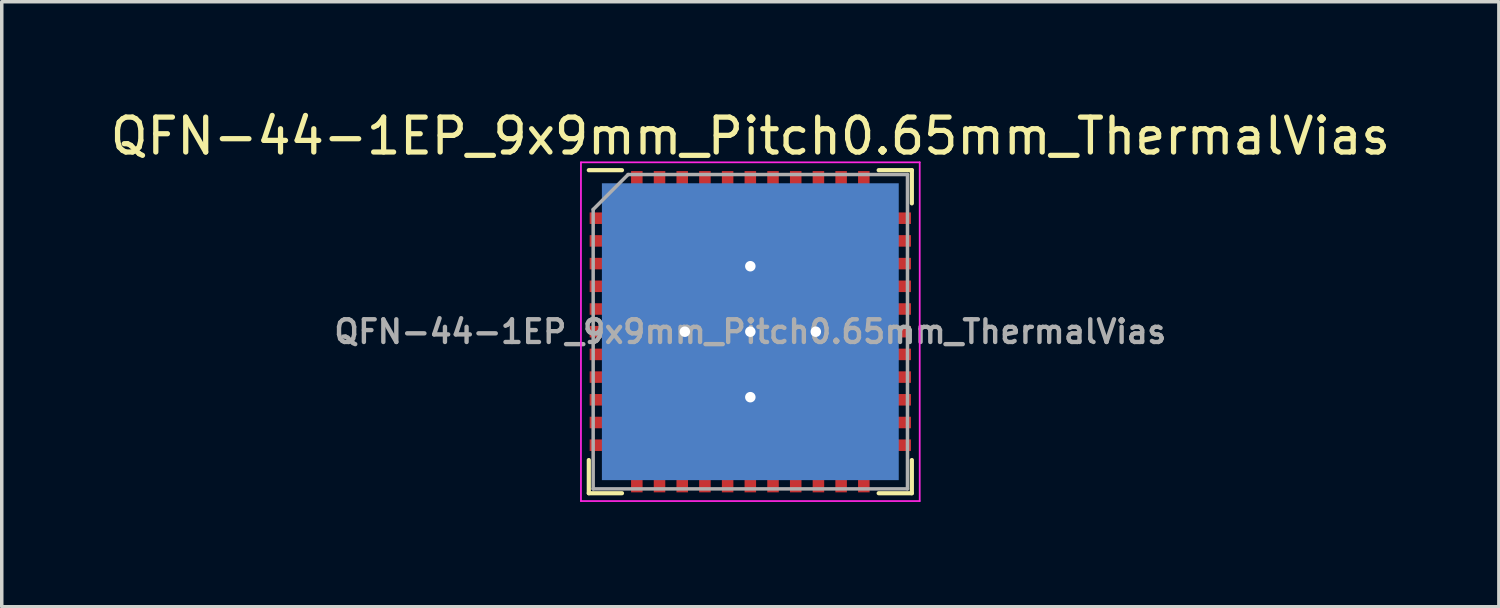
<source format=kicad_pcb>
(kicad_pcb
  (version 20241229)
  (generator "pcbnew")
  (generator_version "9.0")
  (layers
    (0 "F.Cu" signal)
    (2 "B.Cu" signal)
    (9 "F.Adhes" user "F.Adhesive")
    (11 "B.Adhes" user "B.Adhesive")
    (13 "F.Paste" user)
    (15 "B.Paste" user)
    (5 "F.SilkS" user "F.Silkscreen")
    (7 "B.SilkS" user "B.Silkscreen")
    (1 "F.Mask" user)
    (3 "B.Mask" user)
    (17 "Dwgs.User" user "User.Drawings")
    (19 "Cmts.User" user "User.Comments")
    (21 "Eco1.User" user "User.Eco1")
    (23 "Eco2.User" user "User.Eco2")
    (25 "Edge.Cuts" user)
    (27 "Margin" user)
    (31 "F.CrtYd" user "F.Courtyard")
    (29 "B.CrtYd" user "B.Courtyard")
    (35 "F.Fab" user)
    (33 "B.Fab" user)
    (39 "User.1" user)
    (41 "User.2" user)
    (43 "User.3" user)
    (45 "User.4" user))
  (footprint "QFN-44-1EP_9x9mm_Pitch0.65mm_ThermalVias"
    (layer "F.Cu")
    (at 18.435 6.448)
    (property "Reference" "QFN-44-1EP_9x9mm_Pitch0.65mm_ThermalVias" (at 0 -5.6 0) (layer "F.SilkS") (effects (font (size 1 1) (thickness 0.15))))
    (attr smd)
    (fp_line (start -4.625 -4.625) (end -3.675 -4.625) (stroke (width 0.12) (type solid)) (layer "F.SilkS"))
    (fp_line (start -4.625 4.625) (end -4.625 3.675) (stroke (width 0.12) (type solid)) (layer "F.SilkS"))
    (fp_line (start -3.675 4.625) (end -4.625 4.625) (stroke (width 0.12) (type solid)) (layer "F.SilkS"))
    (fp_line (start 3.675 -4.625) (end 4.625 -4.625) (stroke (width 0.12) (type solid)) (layer "F.SilkS"))
    (fp_line (start 3.675 4.625) (end 4.625 4.625) (stroke (width 0.12) (type solid)) (layer "F.SilkS"))
    (fp_line (start 4.625 -4.625) (end 4.625 -3.675) (stroke (width 0.12) (type solid)) (layer "F.SilkS"))
    (fp_line (start 4.625 4.625) (end 4.625 3.675) (stroke (width 0.12) (type solid)) (layer "F.SilkS"))
    (fp_line (start -4.85 -4.85) (end -4.85 4.85) (stroke (width 0.05) (type solid)) (layer "F.CrtYd"))
    (fp_line (start -4.85 4.85) (end 4.85 4.85) (stroke (width 0.05) (type solid)) (layer "F.CrtYd"))
    (fp_line (start 4.85 -4.85) (end -4.85 -4.85) (stroke (width 0.05) (type solid)) (layer "F.CrtYd"))
    (fp_line (start 4.85 4.85) (end 4.85 -4.85) (stroke (width 0.05) (type solid)) (layer "F.CrtYd"))
    (fp_line (start -4.5 -3.5) (end -3.5 -4.5) (stroke (width 0.1) (type solid)) (layer "F.Fab"))
    (fp_line (start -4.5 4.5) (end -4.5 -3.5) (stroke (width 0.1) (type solid)) (layer "F.Fab"))
    (fp_line (start -3.5 -4.5) (end 4.5 -4.5) (stroke (width 0.1) (type solid)) (layer "F.Fab"))
    (fp_line (start 4.5 -4.5) (end 4.5 4.5) (stroke (width 0.1) (type solid)) (layer "F.Fab"))
    (fp_line (start 4.5 4.5) (end -4.5 4.5) (stroke (width 0.1) (type solid)) (layer "F.Fab"))
    (fp_text user "${REFERENCE}" (at 0 0 0) (layer "F.Fab") (effects (font (size 0.65 0.65) (thickness 0.125))))
    (pad "" smd rect (at -1.875 -1.875) (size 2.65 2.65) (layers "F.Paste"))
    (pad "" smd rect (at -1.875 1.875) (size 2.65 2.65) (layers "F.Paste"))
    (pad "" smd rect (at 1.875 -1.875) (size 2.65 2.65) (layers "F.Paste"))
    (pad "" smd rect (at 1.875 1.875) (size 2.65 2.65) (layers "F.Paste"))
    (pad "1" smd rect (at -4.3 -3.25) (size 0.6 0.33) (layers "F.Cu" "F.Mask" "F.Paste"))
    (pad "2" smd rect (at -4.3 -2.6) (size 0.6 0.33) (layers "F.Cu" "F.Mask" "F.Paste"))
    (pad "3" smd rect (at -4.3 -1.95) (size 0.6 0.33) (layers "F.Cu" "F.Mask" "F.Paste"))
    (pad "4" smd rect (at -4.3 -1.3) (size 0.6 0.33) (layers "F.Cu" "F.Mask" "F.Paste"))
    (pad "5" smd rect (at -4.3 -0.65) (size 0.6 0.33) (layers "F.Cu" "F.Mask" "F.Paste"))
    (pad "6" smd rect (at -4.3 0) (size 0.6 0.33) (layers "F.Cu" "F.Mask" "F.Paste"))
    (pad "7" smd rect (at -4.3 0.65) (size 0.6 0.33) (layers "F.Cu" "F.Mask" "F.Paste"))
    (pad "8" smd rect (at -4.3 1.3) (size 0.6 0.33) (layers "F.Cu" "F.Mask" "F.Paste"))
    (pad "9" smd rect (at -4.3 1.95) (size 0.6 0.33) (layers "F.Cu" "F.Mask" "F.Paste"))
    (pad "10" smd rect (at -4.3 2.6) (size 0.6 0.33) (layers "F.Cu" "F.Mask" "F.Paste"))
    (pad "11" smd rect (at -4.3 3.25) (size 0.6 0.33) (layers "F.Cu" "F.Mask" "F.Paste"))
    (pad "12" smd rect (at -3.25 4.3 90) (size 0.6 0.33) (layers "F.Cu" "F.Mask" "F.Paste"))
    (pad "13" smd rect (at -2.6 4.3 90) (size 0.6 0.33) (layers "F.Cu" "F.Mask" "F.Paste"))
    (pad "14" smd rect (at -1.95 4.3 90) (size 0.6 0.33) (layers "F.Cu" "F.Mask" "F.Paste"))
    (pad "15" smd rect (at -1.3 4.3 90) (size 0.6 0.33) (layers "F.Cu" "F.Mask" "F.Paste"))
    (pad "16" smd rect (at -0.65 4.3 90) (size 0.6 0.33) (layers "F.Cu" "F.Mask" "F.Paste"))
    (pad "17" smd rect (at 0 4.3 90) (size 0.6 0.33) (layers "F.Cu" "F.Mask" "F.Paste"))
    (pad "18" smd rect (at 0.65 4.3 90) (size 0.6 0.33) (layers "F.Cu" "F.Mask" "F.Paste"))
    (pad "19" smd rect (at 1.3 4.3 90) (size 0.6 0.33) (layers "F.Cu" "F.Mask" "F.Paste"))
    (pad "20" smd rect (at 1.95 4.3 90) (size 0.6 0.33) (layers "F.Cu" "F.Mask" "F.Paste"))
    (pad "21" smd rect (at 2.6 4.3 90) (size 0.6 0.33) (layers "F.Cu" "F.Mask" "F.Paste"))
    (pad "22" smd rect (at 3.25 4.3 90) (size 0.6 0.33) (layers "F.Cu" "F.Mask" "F.Paste"))
    (pad "23" smd rect (at 4.3 3.25) (size 0.6 0.33) (layers "F.Cu" "F.Mask" "F.Paste"))
    (pad "24" smd rect (at 4.3 2.6) (size 0.6 0.33) (layers "F.Cu" "F.Mask" "F.Paste"))
    (pad "25" smd rect (at 4.3 1.95) (size 0.6 0.33) (layers "F.Cu" "F.Mask" "F.Paste"))
    (pad "26" smd rect (at 4.3 1.3) (size 0.6 0.33) (layers "F.Cu" "F.Mask" "F.Paste"))
    (pad "27" smd rect (at 4.3 0.65) (size 0.6 0.33) (layers "F.Cu" "F.Mask" "F.Paste"))
    (pad "28" smd rect (at 4.3 0) (size 0.6 0.33) (layers "F.Cu" "F.Mask" "F.Paste"))
    (pad "29" smd rect (at 4.3 -0.65) (size 0.6 0.33) (layers "F.Cu" "F.Mask" "F.Paste"))
    (pad "30" smd rect (at 4.3 -1.3) (size 0.6 0.33) (layers "F.Cu" "F.Mask" "F.Paste"))
    (pad "31" smd rect (at 4.3 -1.95) (size 0.6 0.33) (layers "F.Cu" "F.Mask" "F.Paste"))
    (pad "32" smd rect (at 4.3 -2.6) (size 0.6 0.33) (layers "F.Cu" "F.Mask" "F.Paste"))
    (pad "33" smd rect (at 4.3 -3.25) (size 0.6 0.33) (layers "F.Cu" "F.Mask" "F.Paste"))
    (pad "34" smd rect (at 3.25 -4.3 90) (size 0.6 0.33) (layers "F.Cu" "F.Mask" "F.Paste"))
    (pad "35" smd rect (at 2.6 -4.3 90) (size 0.6 0.33) (layers "F.Cu" "F.Mask" "F.Paste"))
    (pad "36" smd rect (at 1.95 -4.3 90) (size 0.6 0.33) (layers "F.Cu" "F.Mask" "F.Paste"))
    (pad "37" smd rect (at 1.3 -4.3 90) (size 0.6 0.33) (layers "F.Cu" "F.Mask" "F.Paste"))
    (pad "38" smd rect (at 0.65 -4.3 90) (size 0.6 0.33) (layers "F.Cu" "F.Mask" "F.Paste"))
    (pad "39" smd rect (at 0 -4.3 90) (size 0.6 0.33) (layers "F.Cu" "F.Mask" "F.Paste"))
    (pad "40" smd rect (at -0.65 -4.3 90) (size 0.6 0.33) (layers "F.Cu" "F.Mask" "F.Paste"))
    (pad "41" smd rect (at -1.3 -4.3 90) (size 0.6 0.33) (layers "F.Cu" "F.Mask" "F.Paste"))
    (pad "42" smd rect (at -1.95 -4.3 90) (size 0.6 0.33) (layers "F.Cu" "F.Mask" "F.Paste"))
    (pad "43" smd rect (at -2.6 -4.3 90) (size 0.6 0.33) (layers "F.Cu" "F.Mask" "F.Paste"))
    (pad "44" smd rect (at -3.25 -4.3 90) (size 0.6 0.33) (layers "F.Cu" "F.Mask" "F.Paste"))
    (pad "45" thru_hole circle (at -1.875 0) (size 0.6 0.6) (drill 0.3) (layers "*.Cu"))
    (pad "45" thru_hole circle (at 0 -1.875) (size 0.6 0.6) (drill 0.3) (layers "*.Cu"))
    (pad "45" thru_hole circle (at 0 0) (size 0.6 0.6) (drill 0.3) (layers "*.Cu"))
    (pad "45" smd rect (at 0 0) (size 7.5 7.5) (layers "F.Cu" "F.Mask"))
    (pad "45" smd rect (at 0 0) (size 8.5 8.5) (layers "B.Cu"))
    (pad "45" thru_hole circle (at 0 1.875) (size 0.6 0.6) (drill 0.3) (layers "*.Cu"))
    (pad "45" thru_hole circle (at 1.875 0) (size 0.6 0.6) (drill 0.3) (layers "*.Cu")))
  (gr_rect
    (start -3 -3)
    (end 39.869 14.323)
    (stroke (width 0.1) (type default))
    (fill no)
    (layer "Edge.Cuts")))
</source>
